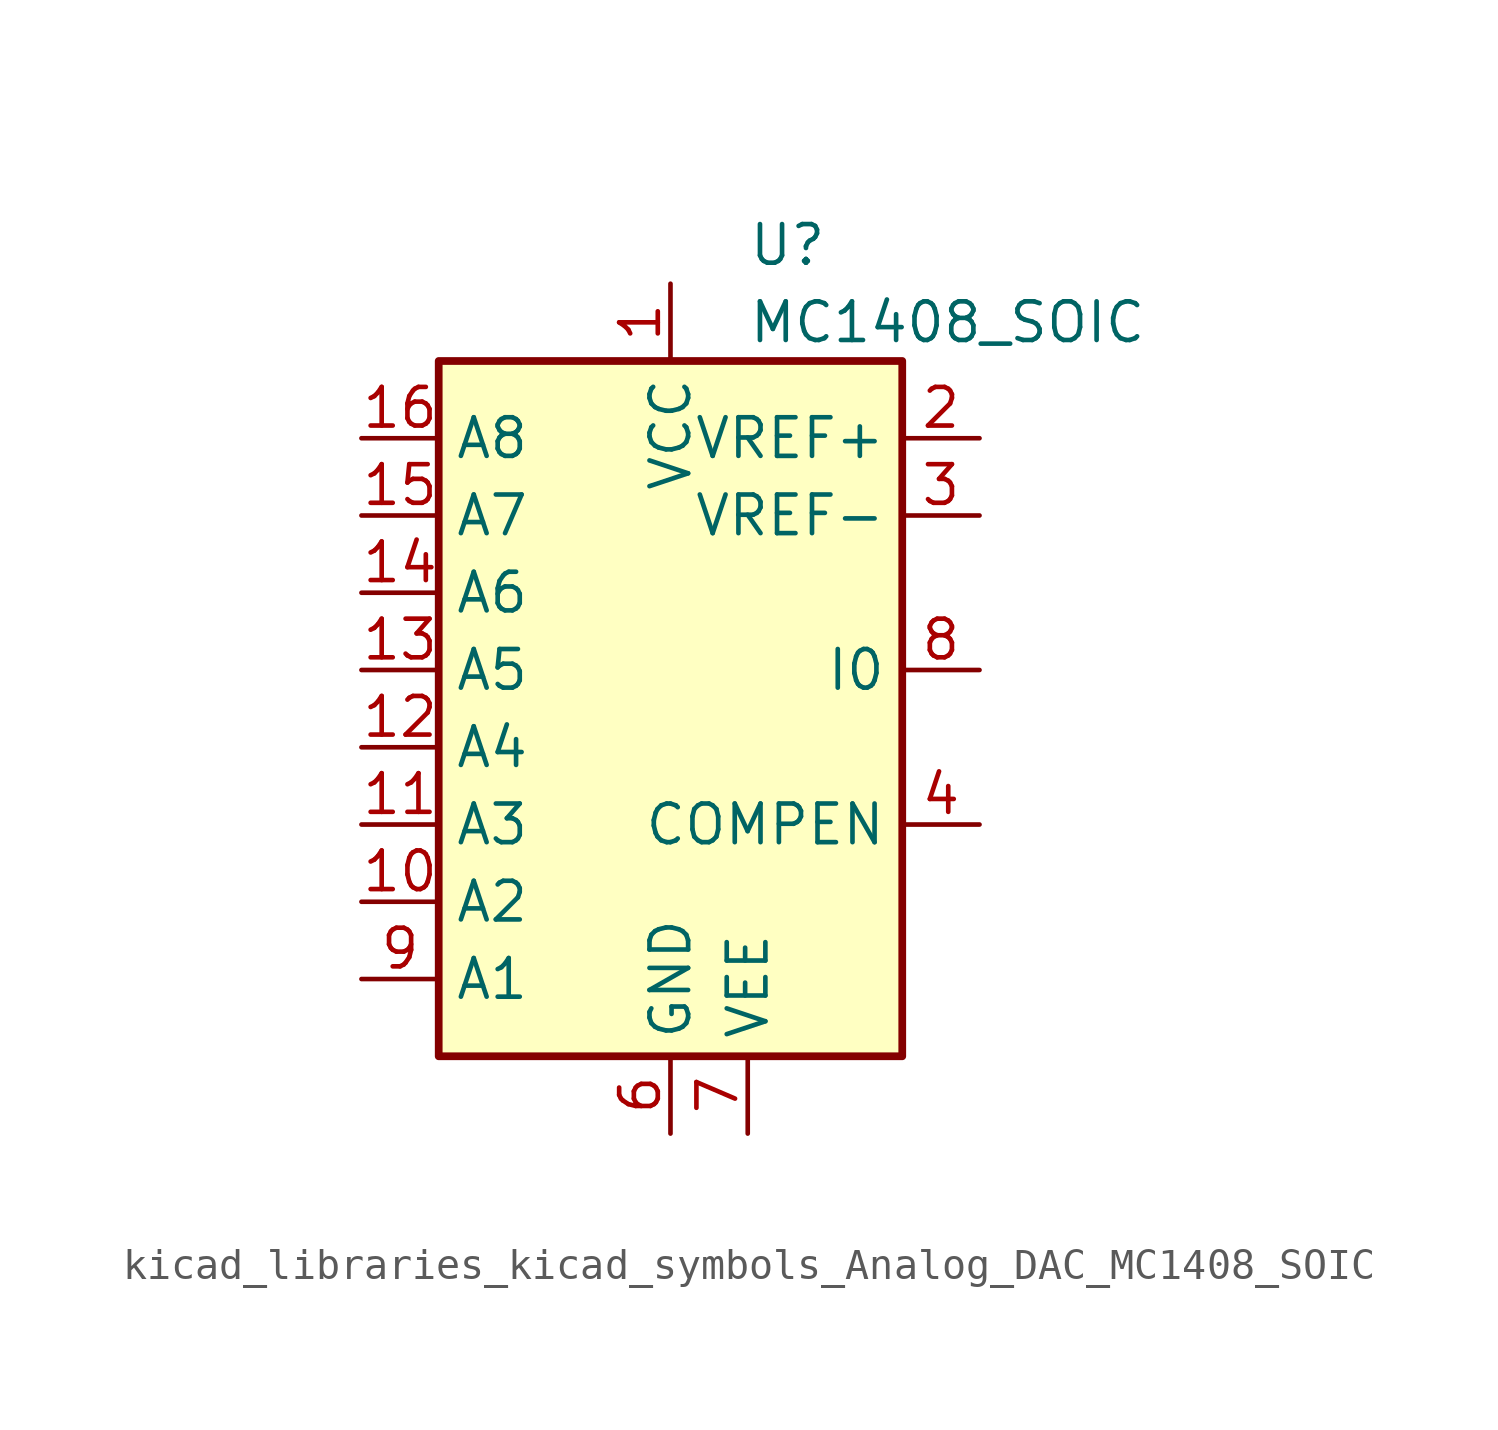
<source format=kicad_sym>
(kicad_symbol_lib
  (version 20220914)
  (generator kicad_symbol_editor)
  (symbol "kicad_libraries_kicad_symbols_Analog_DAC_MC1408_SOIC"
    (property "Reference" "U"
      (at 2.54 16.51 0)
      (effects (font (size 1.27 1.27)) (justify left)))
    (property "Value" "MC1408_SOIC"
      (at 2.54 13.97 0)
      (effects (font (size 1.27 1.27)) (justify left)))
    (symbol "kicad_libraries_kicad_symbols_Analog_DAC_MC1408_SOIC_0_0"
      (rectangle (start -7.62 -10.16) (end 7.62 12.7) (stroke (width 0.254) (type default)) (fill (type background))))
    (symbol "kicad_libraries_kicad_symbols_Analog_DAC_MC1408_SOIC_1_1"
      (pin power_in line (at 0 15.24 270) (length 2.54) (name "VCC" (effects (font (size 1.27 1.27)))) (number "1" (effects (font (size 1.27 1.27)))))
      (pin input line (at -10.16 -5.08 0) (length 2.54) (name "A2" (effects (font (size 1.27 1.27)))) (number "10" (effects (font (size 1.27 1.27)))))
      (pin input line (at -10.16 -2.54 0) (length 2.54) (name "A3" (effects (font (size 1.27 1.27)))) (number "11" (effects (font (size 1.27 1.27)))))
      (pin input line (at -10.16 0 0) (length 2.54) (name "A4" (effects (font (size 1.27 1.27)))) (number "12" (effects (font (size 1.27 1.27)))))
      (pin input line (at -10.16 2.54 0) (length 2.54) (name "A5" (effects (font (size 1.27 1.27)))) (number "13" (effects (font (size 1.27 1.27)))))
      (pin input line (at -10.16 5.08 0) (length 2.54) (name "A6" (effects (font (size 1.27 1.27)))) (number "14" (effects (font (size 1.27 1.27)))))
      (pin input line (at -10.16 7.62 0) (length 2.54) (name "A7" (effects (font (size 1.27 1.27)))) (number "15" (effects (font (size 1.27 1.27)))))
      (pin input line (at -10.16 10.16 0) (length 2.54) (name "A8" (effects (font (size 1.27 1.27)))) (number "16" (effects (font (size 1.27 1.27)))))
      (pin output line (at 10.16 10.16 180) (length 2.54) (name "VREF+" (effects (font (size 1.27 1.27)))) (number "2" (effects (font (size 1.27 1.27)))))
      (pin output line (at 10.16 7.62 180) (length 2.54) (name "VREF-" (effects (font (size 1.27 1.27)))) (number "3" (effects (font (size 1.27 1.27)))))
      (pin passive line (at 10.16 -2.54 180) (length 2.54) (name "COMPEN" (effects (font (size 1.27 1.27)))) (number "4" (effects (font (size 1.27 1.27)))))
      (pin no_connect line (at 7.62 -5.08 180) (length 2.54) hide (name "NC" (effects (font (size 1.27 1.27)))) (number "5" (effects (font (size 1.27 1.27)))))
      (pin power_in line (at 0 -12.7 90) (length 2.54) (name "GND" (effects (font (size 1.27 1.27)))) (number "6" (effects (font (size 1.27 1.27)))))
      (pin power_in line (at 2.54 -12.7 90) (length 2.54) (name "VEE" (effects (font (size 1.27 1.27)))) (number "7" (effects (font (size 1.27 1.27)))))
      (pin input line (at 10.16 2.54 180) (length 2.54) (name "I0" (effects (font (size 1.27 1.27)))) (number "8" (effects (font (size 1.27 1.27)))))
      (pin input line (at -10.16 -7.62 0) (length 2.54) (name "A1" (effects (font (size 1.27 1.27)))) (number "9" (effects (font (size 1.27 1.27))))))))
</source>
